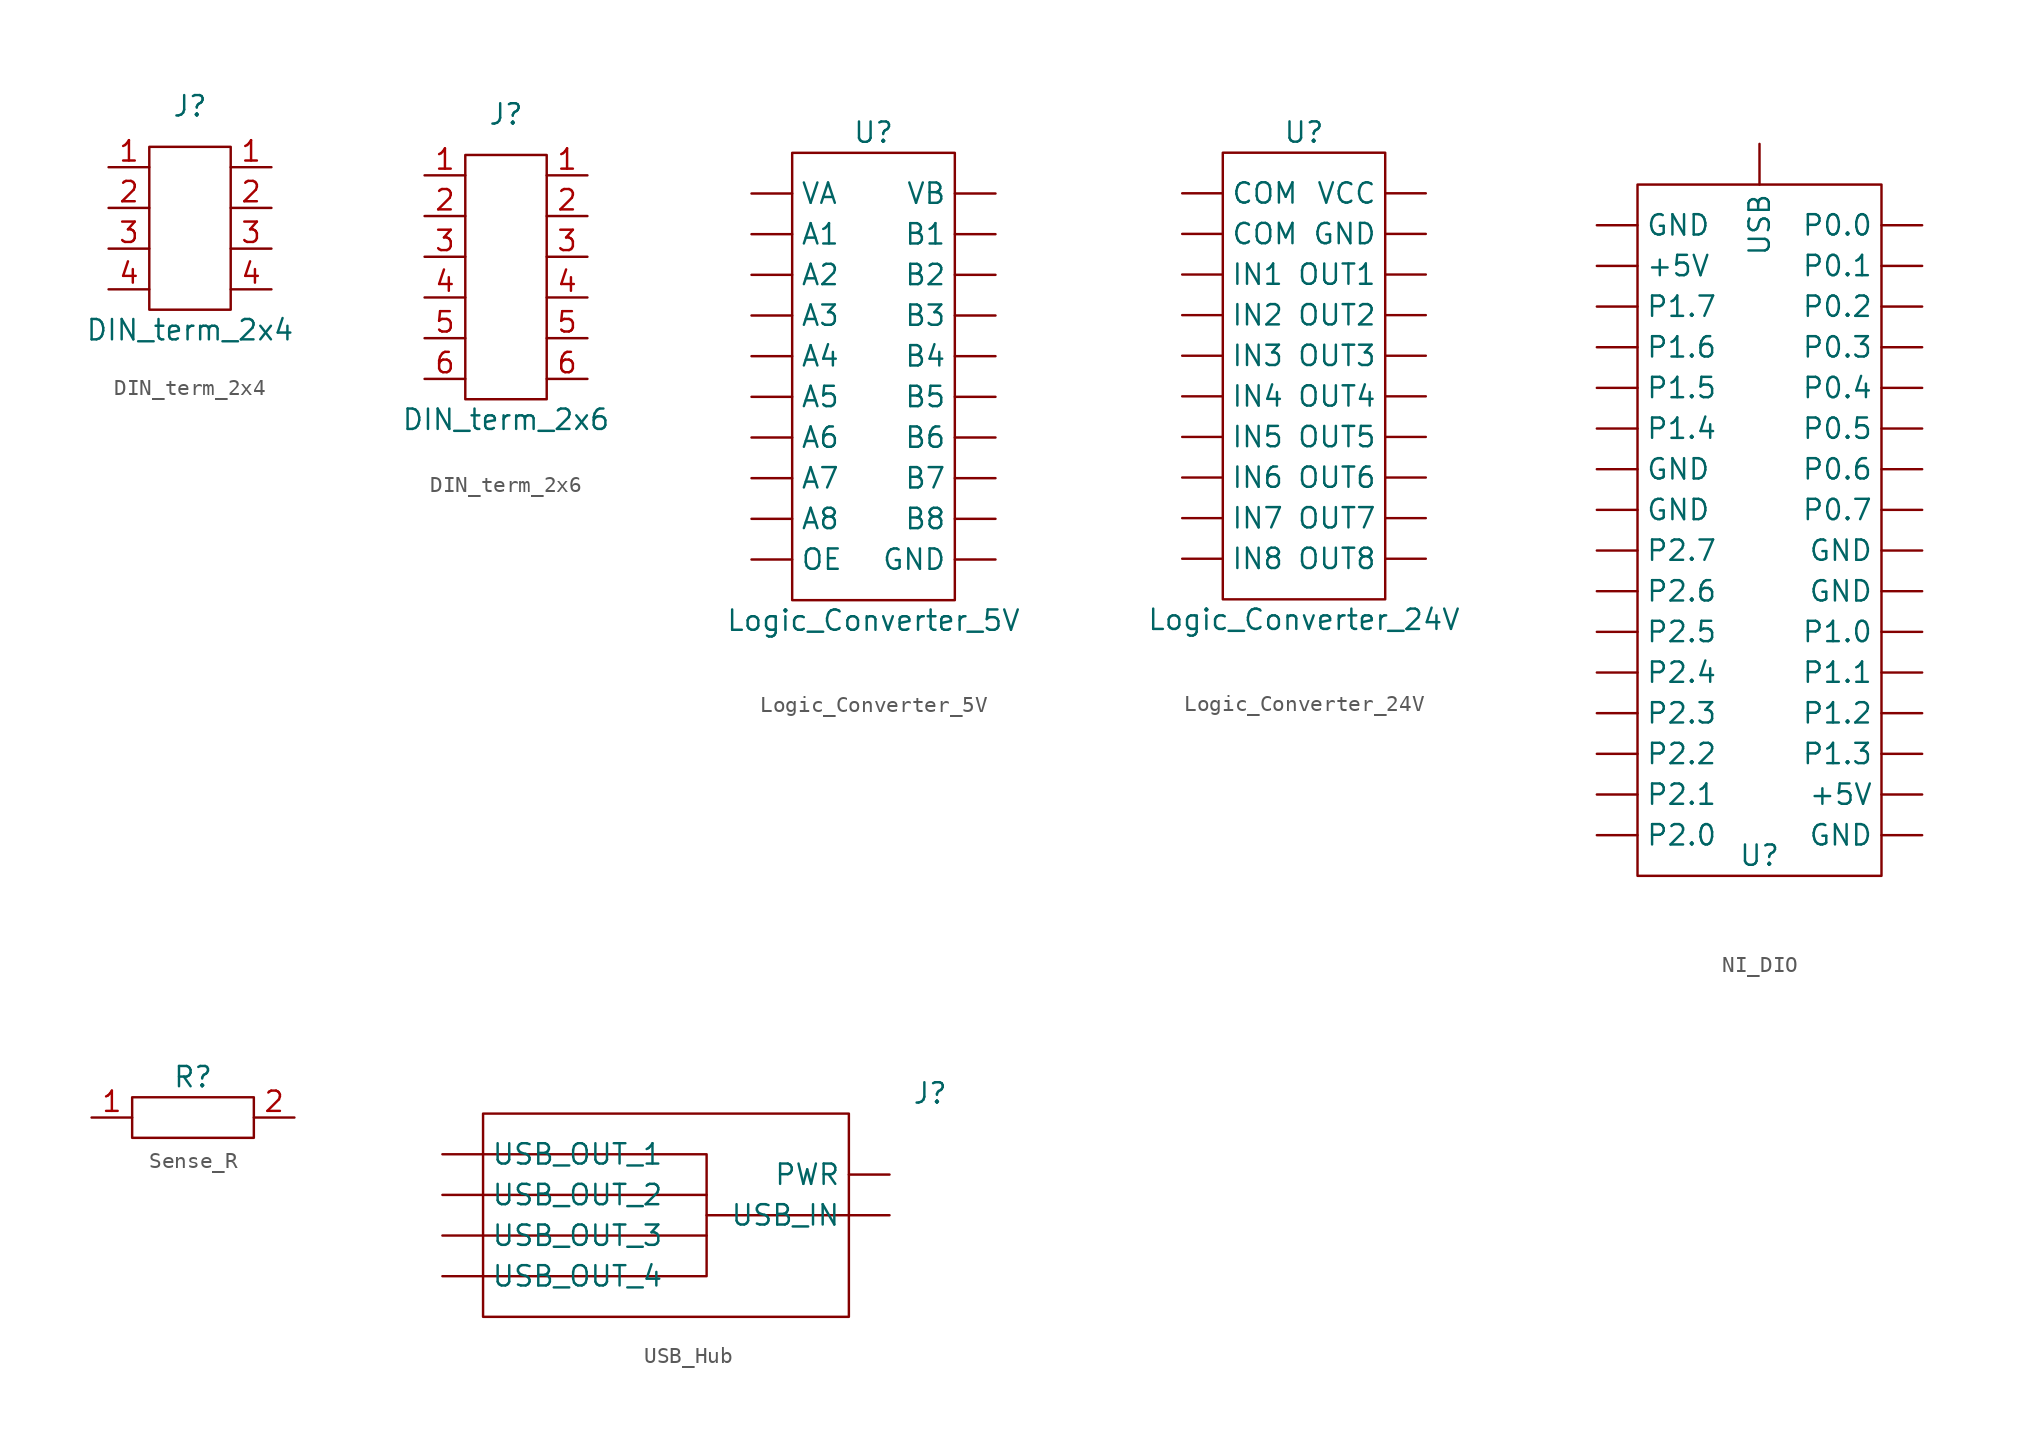
<source format=kicad_sym>
(kicad_symbol_lib
  (version 20220914)
  (generator kicad_symbol_editor)
  (symbol "DIN_term_2x4"
    (property "Reference" "J"
      (at 0 7.62 0)
      (effects (font (size 1.27 1.27))))
    (property "Value" "DIN_term_2x4"
      (at 0 -6.35 0)
      (effects (font (size 1.27 1.27))))
    (symbol "DIN_term_2x4_0_1"
      (rectangle (start -2.54 5.08) (end 2.54 -5.08) (stroke (width 0) (type default)) (fill (type none))))
    (symbol "DIN_term_2x4_1_1"
      (pin passive line (at -5.08 3.81 0) (length 2.54) (name "" (effects (font (size 1.27 1.27)))) (number "1" (effects (font (size 1.27 1.27)))))
      (pin passive line (at 5.08 3.81 180) (length 2.54) (name "" (effects (font (size 1.27 1.27)))) (number "1" (effects (font (size 1.27 1.27)))))
      (pin passive line (at -5.08 1.27 0) (length 2.54) (name "" (effects (font (size 1.27 1.27)))) (number "2" (effects (font (size 1.27 1.27)))))
      (pin passive line (at 5.08 1.27 180) (length 2.54) (name "" (effects (font (size 1.27 1.27)))) (number "2" (effects (font (size 1.27 1.27)))))
      (pin passive line (at -5.08 -1.27 0) (length 2.54) (name "" (effects (font (size 1.27 1.27)))) (number "3" (effects (font (size 1.27 1.27)))))
      (pin passive line (at 5.08 -1.27 180) (length 2.54) (name "" (effects (font (size 1.27 1.27)))) (number "3" (effects (font (size 1.27 1.27)))))
      (pin passive line (at -5.08 -3.81 0) (length 2.54) (name "" (effects (font (size 1.27 1.27)))) (number "4" (effects (font (size 1.27 1.27)))))
      (pin passive line (at 5.08 -3.81 180) (length 2.54) (name "" (effects (font (size 1.27 1.27)))) (number "4" (effects (font (size 1.27 1.27)))))))
  (symbol "DIN_term_2x6"
    (property "Reference" "J"
      (at 0 10.16 0)
      (effects (font (size 1.27 1.27))))
    (property "Value" "DIN_term_2x6"
      (at 0 -8.89 0)
      (effects (font (size 1.27 1.27))))
    (symbol "DIN_term_2x6_0_1"
      (rectangle (start -2.54 7.62) (end 2.54 -7.62) (stroke (width 0) (type default)) (fill (type none))))
    (symbol "DIN_term_2x6_1_1"
      (pin passive line (at -5.08 6.35 0) (length 2.54) (name "" (effects (font (size 1.27 1.27)))) (number "1" (effects (font (size 1.27 1.27)))))
      (pin passive line (at 5.08 6.35 180) (length 2.54) (name "" (effects (font (size 1.27 1.27)))) (number "1" (effects (font (size 1.27 1.27)))))
      (pin passive line (at -5.08 3.81 0) (length 2.54) (name "" (effects (font (size 1.27 1.27)))) (number "2" (effects (font (size 1.27 1.27)))))
      (pin passive line (at 5.08 3.81 180) (length 2.54) (name "" (effects (font (size 1.27 1.27)))) (number "2" (effects (font (size 1.27 1.27)))))
      (pin passive line (at -5.08 1.27 0) (length 2.54) (name "" (effects (font (size 1.27 1.27)))) (number "3" (effects (font (size 1.27 1.27)))))
      (pin passive line (at 5.08 1.27 180) (length 2.54) (name "" (effects (font (size 1.27 1.27)))) (number "3" (effects (font (size 1.27 1.27)))))
      (pin passive line (at -5.08 -1.27 0) (length 2.54) (name "" (effects (font (size 1.27 1.27)))) (number "4" (effects (font (size 1.27 1.27)))))
      (pin passive line (at 5.08 -1.27 180) (length 2.54) (name "" (effects (font (size 1.27 1.27)))) (number "4" (effects (font (size 1.27 1.27)))))
      (pin passive line (at -5.08 -3.81 0) (length 2.54) (name "" (effects (font (size 1.27 1.27)))) (number "5" (effects (font (size 1.27 1.27)))))
      (pin passive line (at 5.08 -3.81 180) (length 2.54) (name "" (effects (font (size 1.27 1.27)))) (number "5" (effects (font (size 1.27 1.27)))))
      (pin passive line (at -5.08 -6.35 0) (length 2.54) (name "" (effects (font (size 1.27 1.27)))) (number "6" (effects (font (size 1.27 1.27)))))
      (pin passive line (at 5.08 -6.35 180) (length 2.54) (name "" (effects (font (size 1.27 1.27)))) (number "6" (effects (font (size 1.27 1.27)))))))
  (symbol "Logic_Converter_5V"
    (property "Reference" "U"
      (at 0 15.24 0)
      (effects (font (size 1.27 1.27))))
    (property "Value" "Logic_Converter_5V"
      (at 0 -15.24 0)
      (effects (font (size 1.27 1.27))))
    (symbol "Logic_Converter_5V_0_1"
      (rectangle (start -5.08 13.97) (end 5.08 -13.97) (stroke (width 0) (type default)) (fill (type none))))
    (symbol "Logic_Converter_5V_1_1"
      (pin passive line (at -7.62 8.89 0) (length 2.54) (name "A1" (effects (font (size 1.27 1.27)))) (number "" (effects (font (size 1.27 1.27)))))
      (pin passive line (at -7.62 6.35 0) (length 2.54) (name "A2" (effects (font (size 1.27 1.27)))) (number "" (effects (font (size 1.27 1.27)))))
      (pin passive line (at -7.62 3.81 0) (length 2.54) (name "A3" (effects (font (size 1.27 1.27)))) (number "" (effects (font (size 1.27 1.27)))))
      (pin passive line (at -7.62 1.27 0) (length 2.54) (name "A4" (effects (font (size 1.27 1.27)))) (number "" (effects (font (size 1.27 1.27)))))
      (pin passive line (at -7.62 -1.27 0) (length 2.54) (name "A5" (effects (font (size 1.27 1.27)))) (number "" (effects (font (size 1.27 1.27)))))
      (pin passive line (at -7.62 -3.81 0) (length 2.54) (name "A6" (effects (font (size 1.27 1.27)))) (number "" (effects (font (size 1.27 1.27)))))
      (pin passive line (at -7.62 -6.35 0) (length 2.54) (name "A7" (effects (font (size 1.27 1.27)))) (number "" (effects (font (size 1.27 1.27)))))
      (pin passive line (at -7.62 -8.89 0) (length 2.54) (name "A8" (effects (font (size 1.27 1.27)))) (number "" (effects (font (size 1.27 1.27)))))
      (pin passive line (at 7.62 8.89 180) (length 2.54) (name "B1" (effects (font (size 1.27 1.27)))) (number "" (effects (font (size 1.27 1.27)))))
      (pin passive line (at 7.62 6.35 180) (length 2.54) (name "B2" (effects (font (size 1.27 1.27)))) (number "" (effects (font (size 1.27 1.27)))))
      (pin passive line (at 7.62 3.81 180) (length 2.54) (name "B3" (effects (font (size 1.27 1.27)))) (number "" (effects (font (size 1.27 1.27)))))
      (pin passive line (at 7.62 1.27 180) (length 2.54) (name "B4" (effects (font (size 1.27 1.27)))) (number "" (effects (font (size 1.27 1.27)))))
      (pin passive line (at 7.62 -1.27 180) (length 2.54) (name "B5" (effects (font (size 1.27 1.27)))) (number "" (effects (font (size 1.27 1.27)))))
      (pin passive line (at 7.62 -3.81 180) (length 2.54) (name "B6" (effects (font (size 1.27 1.27)))) (number "" (effects (font (size 1.27 1.27)))))
      (pin passive line (at 7.62 -6.35 180) (length 2.54) (name "B7" (effects (font (size 1.27 1.27)))) (number "" (effects (font (size 1.27 1.27)))))
      (pin passive line (at 7.62 -8.89 180) (length 2.54) (name "B8" (effects (font (size 1.27 1.27)))) (number "" (effects (font (size 1.27 1.27)))))
      (pin passive line (at 7.62 -11.43 180) (length 2.54) (name "GND" (effects (font (size 1.27 1.27)))) (number "" (effects (font (size 1.27 1.27)))))
      (pin passive line (at -7.62 -11.43 0) (length 2.54) (name "OE" (effects (font (size 1.27 1.27)))) (number "" (effects (font (size 1.27 1.27)))))
      (pin passive line (at -7.62 11.43 0) (length 2.54) (name "VA" (effects (font (size 1.27 1.27)))) (number "" (effects (font (size 1.27 1.27)))))
      (pin passive line (at 7.62 11.43 180) (length 2.54) (name "VB" (effects (font (size 1.27 1.27)))) (number "" (effects (font (size 1.27 1.27)))))))
  (symbol "Logic_Converter_24V"
    (property "Reference" "U"
      (at 0 15.24 0)
      (effects (font (size 1.27 1.27))))
    (property "Value" "Logic_Converter_24V"
      (at 0 -15.24 0)
      (effects (font (size 1.27 1.27))))
    (symbol "Logic_Converter_24V_0_1"
      (rectangle (start -5.08 13.97) (end 5.08 -13.97) (stroke (width 0) (type default)) (fill (type none))))
    (symbol "Logic_Converter_24V_1_1"
      (pin passive line (at -7.62 8.89 0) (length 2.54) (name "COM" (effects (font (size 1.27 1.27)))) (number "" (effects (font (size 1.27 1.27)))))
      (pin passive line (at -7.62 11.43 0) (length 2.54) (name "COM" (effects (font (size 1.27 1.27)))) (number "" (effects (font (size 1.27 1.27)))))
      (pin passive line (at 7.62 8.89 180) (length 2.54) (name "GND" (effects (font (size 1.27 1.27)))) (number "" (effects (font (size 1.27 1.27)))))
      (pin passive line (at -7.62 6.35 0) (length 2.54) (name "IN1" (effects (font (size 1.27 1.27)))) (number "" (effects (font (size 1.27 1.27)))))
      (pin passive line (at -7.62 3.81 0) (length 2.54) (name "IN2" (effects (font (size 1.27 1.27)))) (number "" (effects (font (size 1.27 1.27)))))
      (pin passive line (at -7.62 1.27 0) (length 2.54) (name "IN3" (effects (font (size 1.27 1.27)))) (number "" (effects (font (size 1.27 1.27)))))
      (pin passive line (at -7.62 -1.27 0) (length 2.54) (name "IN4" (effects (font (size 1.27 1.27)))) (number "" (effects (font (size 1.27 1.27)))))
      (pin passive line (at -7.62 -3.81 0) (length 2.54) (name "IN5" (effects (font (size 1.27 1.27)))) (number "" (effects (font (size 1.27 1.27)))))
      (pin passive line (at -7.62 -6.35 0) (length 2.54) (name "IN6" (effects (font (size 1.27 1.27)))) (number "" (effects (font (size 1.27 1.27)))))
      (pin passive line (at -7.62 -8.89 0) (length 2.54) (name "IN7" (effects (font (size 1.27 1.27)))) (number "" (effects (font (size 1.27 1.27)))))
      (pin passive line (at -7.62 -11.43 0) (length 2.54) (name "IN8" (effects (font (size 1.27 1.27)))) (number "" (effects (font (size 1.27 1.27)))))
      (pin passive line (at 7.62 6.35 180) (length 2.54) (name "OUT1" (effects (font (size 1.27 1.27)))) (number "" (effects (font (size 1.27 1.27)))))
      (pin passive line (at 7.62 3.81 180) (length 2.54) (name "OUT2" (effects (font (size 1.27 1.27)))) (number "" (effects (font (size 1.27 1.27)))))
      (pin passive line (at 7.62 1.27 180) (length 2.54) (name "OUT3" (effects (font (size 1.27 1.27)))) (number "" (effects (font (size 1.27 1.27)))))
      (pin passive line (at 7.62 -1.27 180) (length 2.54) (name "OUT4" (effects (font (size 1.27 1.27)))) (number "" (effects (font (size 1.27 1.27)))))
      (pin passive line (at 7.62 -3.81 180) (length 2.54) (name "OUT5" (effects (font (size 1.27 1.27)))) (number "" (effects (font (size 1.27 1.27)))))
      (pin passive line (at 7.62 -6.35 180) (length 2.54) (name "OUT6" (effects (font (size 1.27 1.27)))) (number "" (effects (font (size 1.27 1.27)))))
      (pin passive line (at 7.62 -8.89 180) (length 2.54) (name "OUT7" (effects (font (size 1.27 1.27)))) (number "" (effects (font (size 1.27 1.27)))))
      (pin passive line (at 7.62 -11.43 180) (length 2.54) (name "OUT8" (effects (font (size 1.27 1.27)))) (number "" (effects (font (size 1.27 1.27)))))
      (pin passive line (at 7.62 11.43 180) (length 2.54) (name "VCC" (effects (font (size 1.27 1.27)))) (number "" (effects (font (size 1.27 1.27)))))))
  (symbol "NI_DIO"
    (property "Reference" "U"
      (at 0 -20.32 0)
      (effects (font (size 1.27 1.27))))
    (property "Value" ""
      (at -1.27 22.86 0)
      (effects (font (size 1.27 1.27))))
    (symbol "NI_DIO_0_1"
      (rectangle (start -7.62 21.59) (end 7.62 -21.59) (stroke (width 0) (type default)) (fill (type none))))
    (symbol "NI_DIO_1_1"
      (pin passive line (at -10.16 16.51 0) (length 2.54) (name "+5V" (effects (font (size 1.27 1.27)))) (number "" (effects (font (size 1.27 1.27)))))
      (pin passive line (at 10.16 -16.51 180) (length 2.54) (name "+5V" (effects (font (size 1.27 1.27)))) (number "" (effects (font (size 1.27 1.27)))))
      (pin passive line (at -10.16 1.27 0) (length 2.54) (name "GND" (effects (font (size 1.27 1.27)))) (number "" (effects (font (size 1.27 1.27)))))
      (pin passive line (at -10.16 3.81 0) (length 2.54) (name "GND" (effects (font (size 1.27 1.27)))) (number "" (effects (font (size 1.27 1.27)))))
      (pin passive line (at -10.16 19.05 0) (length 2.54) (name "GND" (effects (font (size 1.27 1.27)))) (number "" (effects (font (size 1.27 1.27)))))
      (pin passive line (at 10.16 -19.05 180) (length 2.54) (name "GND" (effects (font (size 1.27 1.27)))) (number "" (effects (font (size 1.27 1.27)))))
      (pin passive line (at 10.16 -3.81 180) (length 2.54) (name "GND" (effects (font (size 1.27 1.27)))) (number "" (effects (font (size 1.27 1.27)))))
      (pin passive line (at 10.16 -1.27 180) (length 2.54) (name "GND" (effects (font (size 1.27 1.27)))) (number "" (effects (font (size 1.27 1.27)))))
      (pin passive line (at 10.16 19.05 180) (length 2.54) (name "P0.0" (effects (font (size 1.27 1.27)))) (number "" (effects (font (size 1.27 1.27)))))
      (pin passive line (at 10.16 16.51 180) (length 2.54) (name "P0.1" (effects (font (size 1.27 1.27)))) (number "" (effects (font (size 1.27 1.27)))))
      (pin passive line (at 10.16 13.97 180) (length 2.54) (name "P0.2" (effects (font (size 1.27 1.27)))) (number "" (effects (font (size 1.27 1.27)))))
      (pin passive line (at 10.16 11.43 180) (length 2.54) (name "P0.3" (effects (font (size 1.27 1.27)))) (number "" (effects (font (size 1.27 1.27)))))
      (pin passive line (at 10.16 8.89 180) (length 2.54) (name "P0.4" (effects (font (size 1.27 1.27)))) (number "" (effects (font (size 1.27 1.27)))))
      (pin passive line (at 10.16 6.35 180) (length 2.54) (name "P0.5" (effects (font (size 1.27 1.27)))) (number "" (effects (font (size 1.27 1.27)))))
      (pin passive line (at 10.16 3.81 180) (length 2.54) (name "P0.6" (effects (font (size 1.27 1.27)))) (number "" (effects (font (size 1.27 1.27)))))
      (pin passive line (at 10.16 1.27 180) (length 2.54) (name "P0.7" (effects (font (size 1.27 1.27)))) (number "" (effects (font (size 1.27 1.27)))))
      (pin passive line (at 10.16 -6.35 180) (length 2.54) (name "P1.0" (effects (font (size 1.27 1.27)))) (number "" (effects (font (size 1.27 1.27)))))
      (pin passive line (at 10.16 -8.89 180) (length 2.54) (name "P1.1" (effects (font (size 1.27 1.27)))) (number "" (effects (font (size 1.27 1.27)))))
      (pin passive line (at 10.16 -11.43 180) (length 2.54) (name "P1.2" (effects (font (size 1.27 1.27)))) (number "" (effects (font (size 1.27 1.27)))))
      (pin passive line (at 10.16 -13.97 180) (length 2.54) (name "P1.3" (effects (font (size 1.27 1.27)))) (number "" (effects (font (size 1.27 1.27)))))
      (pin passive line (at -10.16 6.35 0) (length 2.54) (name "P1.4" (effects (font (size 1.27 1.27)))) (number "" (effects (font (size 1.27 1.27)))))
      (pin passive line (at -10.16 8.89 0) (length 2.54) (name "P1.5" (effects (font (size 1.27 1.27)))) (number "" (effects (font (size 1.27 1.27)))))
      (pin passive line (at -10.16 11.43 0) (length 2.54) (name "P1.6" (effects (font (size 1.27 1.27)))) (number "" (effects (font (size 1.27 1.27)))))
      (pin passive line (at -10.16 13.97 0) (length 2.54) (name "P1.7" (effects (font (size 1.27 1.27)))) (number "" (effects (font (size 1.27 1.27)))))
      (pin passive line (at -10.16 -19.05 0) (length 2.54) (name "P2.0" (effects (font (size 1.27 1.27)))) (number "" (effects (font (size 1.27 1.27)))))
      (pin passive line (at -10.16 -16.51 0) (length 2.54) (name "P2.1" (effects (font (size 1.27 1.27)))) (number "" (effects (font (size 1.27 1.27)))))
      (pin passive line (at -10.16 -13.97 0) (length 2.54) (name "P2.2" (effects (font (size 1.27 1.27)))) (number "" (effects (font (size 1.27 1.27)))))
      (pin passive line (at -10.16 -11.43 0) (length 2.54) (name "P2.3" (effects (font (size 1.27 1.27)))) (number "" (effects (font (size 1.27 1.27)))))
      (pin passive line (at -10.16 -8.89 0) (length 2.54) (name "P2.4" (effects (font (size 1.27 1.27)))) (number "" (effects (font (size 1.27 1.27)))))
      (pin passive line (at -10.16 -6.35 0) (length 2.54) (name "P2.5" (effects (font (size 1.27 1.27)))) (number "" (effects (font (size 1.27 1.27)))))
      (pin passive line (at -10.16 -3.81 0) (length 2.54) (name "P2.6" (effects (font (size 1.27 1.27)))) (number "" (effects (font (size 1.27 1.27)))))
      (pin passive line (at -10.16 -1.27 0) (length 2.54) (name "P2.7" (effects (font (size 1.27 1.27)))) (number "" (effects (font (size 1.27 1.27)))))
      (pin passive line (at 0 24.13 270) (length 2.54) (name "USB" (effects (font (size 1.27 1.27)))) (number "" (effects (font (size 1.27 1.27)))))))
  (symbol "Sense_R"
    (property "Reference" "R"
      (at 0 2.54 0)
      (effects (font (size 1.27 1.27))))
    (property "Value" ""
      (at 0 1.27 0)
      (effects (font (size 1.27 1.27))))
    (symbol "Sense_R_0_1"
      (rectangle (start -3.81 1.27) (end 3.81 -1.27) (stroke (width 0) (type default)) (fill (type none))))
    (symbol "Sense_R_1_1"
      (pin passive line (at -6.35 0 0) (length 2.54) (name "" (effects (font (size 1.27 1.27)))) (number "1" (effects (font (size 1.27 1.27)))))
      (pin passive line (at 6.35 0 180) (length 2.54) (name "" (effects (font (size 1.27 1.27)))) (number "2" (effects (font (size 1.27 1.27)))))))
  (symbol "USB_Hub"
    (property "Reference" "J"
      (at 16.51 7.62 0)
      (effects (font (size 1.27 1.27))))
    (property "Value" ""
      (at 16.51 7.62 0)
      (effects (font (size 1.27 1.27))))
    (symbol "USB_Hub_0_1"
      (rectangle (start -11.43 6.35) (end 11.43 -6.35) (stroke (width 0) (type default)) (fill (type none)))
      (polyline (pts (xy -11.43 -1.27) (xy 2.54 -1.27)) (stroke (width 0) (type default)) (fill (type none)))
      (polyline (pts (xy -11.43 1.27) (xy 2.54 1.27)) (stroke (width 0) (type default)) (fill (type none)))
      (polyline (pts (xy 11.43 0) (xy 2.54 0)) (stroke (width 0) (type default)) (fill (type none)))
      (polyline (pts (xy -11.43 -3.81) (xy 2.54 -3.81) (xy 2.54 3.81) (xy -11.43 3.81)) (stroke (width 0) (type default)) (fill (type none))))
    (symbol "USB_Hub_1_1"
      (pin passive line (at 13.97 2.54 180) (length 2.54) (name "PWR" (effects (font (size 1.27 1.27)))) (number "" (effects (font (size 1.27 1.27)))))
      (pin passive line (at 13.97 0 180) (length 2.54) (name "USB_IN" (effects (font (size 1.27 1.27)))) (number "" (effects (font (size 1.27 1.27)))))
      (pin passive line (at -13.97 3.81 0) (length 2.54) (name "USB_OUT_1" (effects (font (size 1.27 1.27)))) (number "" (effects (font (size 1.27 1.27)))))
      (pin passive line (at -13.97 1.27 0) (length 2.54) (name "USB_OUT_2" (effects (font (size 1.27 1.27)))) (number "" (effects (font (size 1.27 1.27)))))
      (pin passive line (at -13.97 -1.27 0) (length 2.54) (name "USB_OUT_3" (effects (font (size 1.27 1.27)))) (number "" (effects (font (size 1.27 1.27)))))
      (pin passive line (at -13.97 -3.81 0) (length 2.54) (name "USB_OUT_4" (effects (font (size 1.27 1.27)))) (number "" (effects (font (size 1.27 1.27))))))))
</source>
